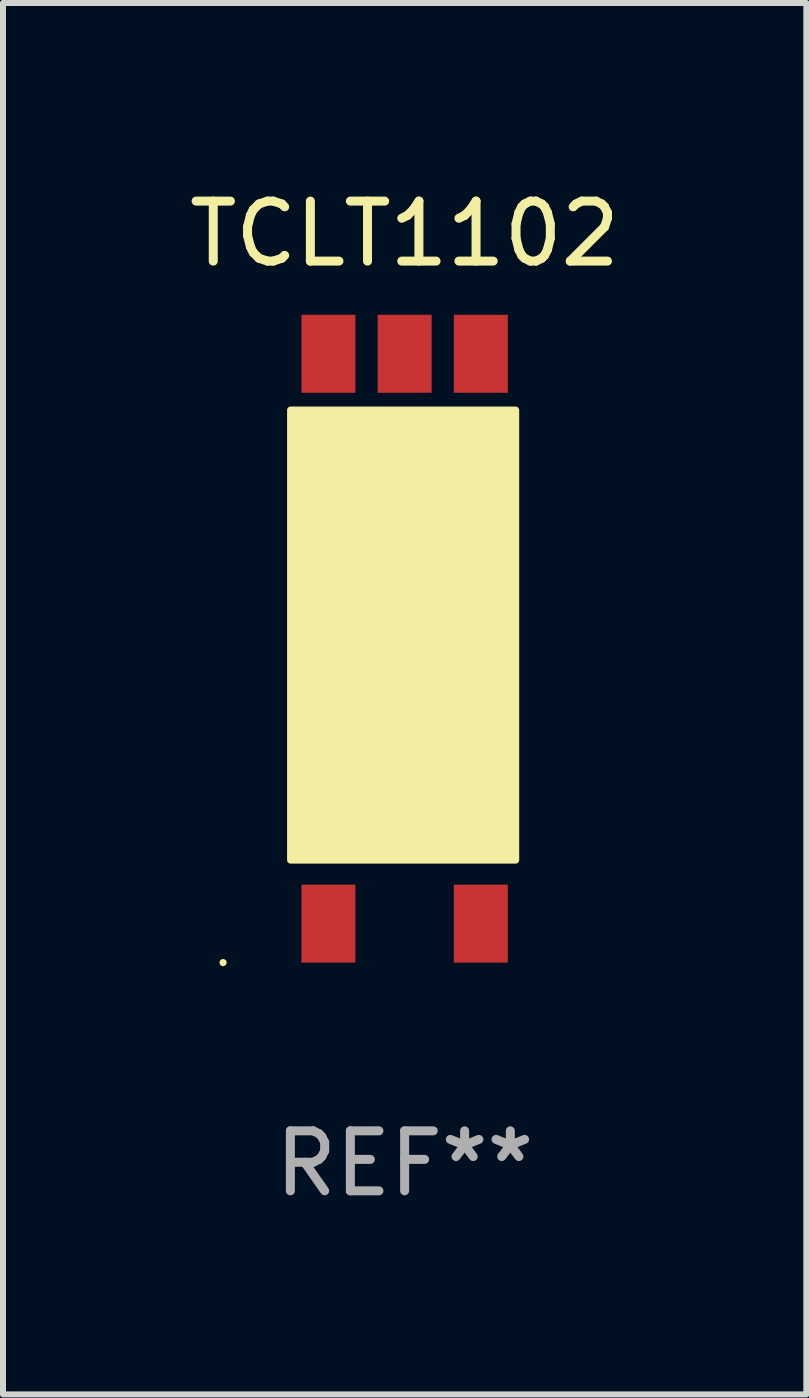
<source format=kicad_pcb>
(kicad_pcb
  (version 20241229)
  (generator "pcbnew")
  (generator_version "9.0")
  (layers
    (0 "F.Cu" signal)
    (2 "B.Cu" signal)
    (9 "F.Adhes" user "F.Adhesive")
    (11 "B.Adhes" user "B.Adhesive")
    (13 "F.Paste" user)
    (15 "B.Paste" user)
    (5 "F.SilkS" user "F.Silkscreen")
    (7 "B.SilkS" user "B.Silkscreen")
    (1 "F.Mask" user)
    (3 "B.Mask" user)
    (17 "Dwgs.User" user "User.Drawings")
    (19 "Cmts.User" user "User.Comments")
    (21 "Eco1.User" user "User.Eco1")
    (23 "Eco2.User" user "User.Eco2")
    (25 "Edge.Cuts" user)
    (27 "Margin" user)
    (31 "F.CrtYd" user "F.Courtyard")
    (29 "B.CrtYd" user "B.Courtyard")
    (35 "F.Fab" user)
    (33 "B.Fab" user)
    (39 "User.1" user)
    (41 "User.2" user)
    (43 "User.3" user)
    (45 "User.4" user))
  (footprint "TCLT1102"
    (layer "F.Cu")
    (at 3.696 7.598)
    (property "Reference" "TCLT1102" (at 0 -6.75 0) (layer "F.SilkS") (effects (font (size 1 1) (thickness 0.15))))
    (attr through_hole)
    (fp_circle (center -3.027 5.4) (end -2.997 5.4) (stroke (width 0.06) (type solid)) (fill no) (layer "F.SilkS"))
    (fp_poly (pts (xy -1.9 -3.81) (xy 1.85 -3.81) (xy 1.85 3.69) (xy -1.9 3.69)) (stroke (width 0.12) (type solid)) (fill yes) (layer "F.SilkS"))
    (fp_text user "REF**" (at 0 8.75 0) (layer "F.Fab") (effects (font (size 1 1) (thickness 0.15))))
    (pad "1" smd rect (at -1.27 4.75) (size 0.9 1.3) (layers "F.Cu" "F.Mask" "F.Paste"))
    (pad "2" smd rect (at 1.27 4.75) (size 0.9 1.3) (layers "F.Cu" "F.Mask" "F.Paste"))
    (pad "3" smd rect (at 1.27 -4.75) (size 0.9 1.3) (layers "F.Cu" "F.Mask" "F.Paste"))
    (pad "4" smd rect (at 0 -4.75) (size 0.9 1.3) (layers "F.Cu" "F.Mask" "F.Paste"))
    (pad "5" smd rect (at -1.27 -4.75) (size 0.9 1.3) (layers "F.Cu" "F.Mask" "F.Paste")))
  (gr_rect
    (start -3 -3)
    (end 10.393 20.197)
    (stroke (width 0.1) (type default))
    (fill no)
    (layer "Edge.Cuts")))
</source>
